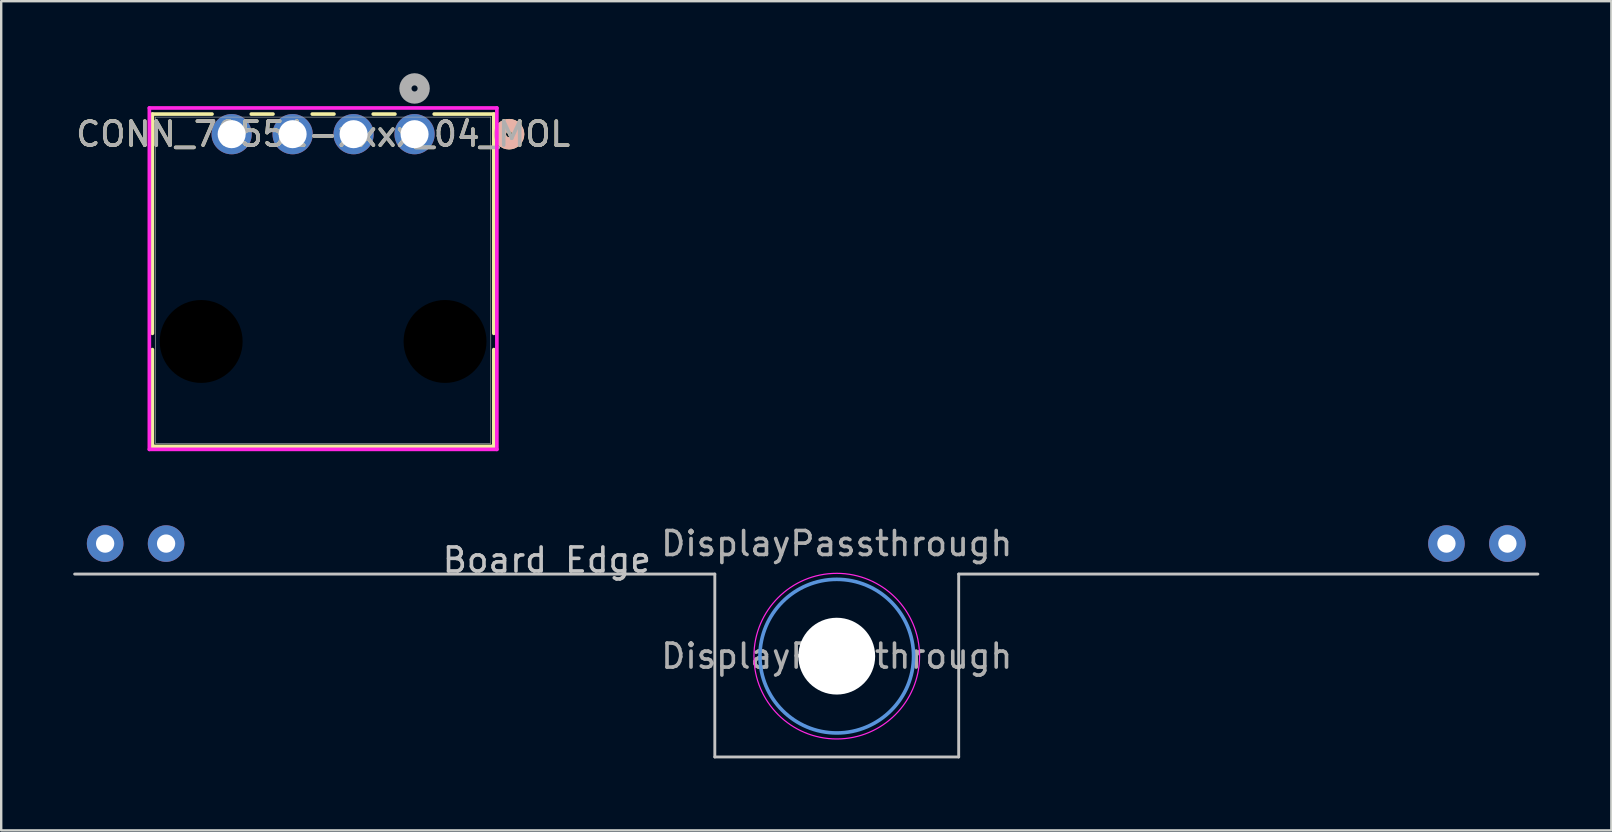
<source format=kicad_pcb>
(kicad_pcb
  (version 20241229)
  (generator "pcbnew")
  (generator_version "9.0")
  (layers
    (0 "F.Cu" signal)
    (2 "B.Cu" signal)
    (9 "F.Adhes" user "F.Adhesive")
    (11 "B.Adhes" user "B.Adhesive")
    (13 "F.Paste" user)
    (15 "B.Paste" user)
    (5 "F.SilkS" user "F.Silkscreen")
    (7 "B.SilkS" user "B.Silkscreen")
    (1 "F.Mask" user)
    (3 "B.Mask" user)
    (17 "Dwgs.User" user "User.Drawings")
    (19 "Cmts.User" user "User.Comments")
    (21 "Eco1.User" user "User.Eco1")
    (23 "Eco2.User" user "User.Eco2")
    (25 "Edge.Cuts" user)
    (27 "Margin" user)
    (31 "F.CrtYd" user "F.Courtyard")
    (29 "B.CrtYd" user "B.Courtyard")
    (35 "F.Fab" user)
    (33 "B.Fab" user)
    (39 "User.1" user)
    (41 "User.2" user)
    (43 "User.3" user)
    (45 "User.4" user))
  (footprint "CONN_70551-xxxx_04_MOL"
    (layer "F.Cu")
    (at 14.221 2.54)
    (property "Reference" "CONN_70551-xxxx_04_MOL" (at -3.81 0 0) (unlocked yes) (layer "F.SilkS") (effects (font (size 1 1) (thickness 0.15))))
    (attr through_hole)
    (fp_line (start -10.922 -0.838) (end -10.922 8.298) (stroke (width 0.152) (type solid)) (layer "F.SilkS"))
    (fp_line (start -10.922 8.974) (end -10.922 13.005) (stroke (width 0.152) (type solid)) (layer "F.SilkS"))
    (fp_line (start -10.922 13.005) (end 3.302 13.005) (stroke (width 0.152) (type solid)) (layer "F.SilkS"))
    (fp_line (start -8.438 -0.838) (end -10.922 -0.838) (stroke (width 0.152) (type solid)) (layer "F.SilkS"))
    (fp_line (start -5.898 -0.838) (end -6.802 -0.838) (stroke (width 0.152) (type solid)) (layer "F.SilkS"))
    (fp_line (start -3.358 -0.838) (end -4.262 -0.838) (stroke (width 0.152) (type solid)) (layer "F.SilkS"))
    (fp_line (start -0.818 -0.838) (end -1.722 -0.838) (stroke (width 0.152) (type solid)) (layer "F.SilkS"))
    (fp_line (start 3.302 -0.838) (end 0.818 -0.838) (stroke (width 0.152) (type solid)) (layer "F.SilkS"))
    (fp_line (start 3.302 8.298) (end 3.302 -0.838) (stroke (width 0.152) (type solid)) (layer "F.SilkS"))
    (fp_line (start 3.302 13.005) (end 3.302 8.974) (stroke (width 0.152) (type solid)) (layer "F.SilkS"))
    (fp_circle (center 3.937 0) (end 4.318 0) (stroke (width 0.508) (type solid)) (fill no) (layer "F.SilkS"))
    (fp_circle (center 3.937 0) (end 4.318 0) (stroke (width 0.508) (type solid)) (fill no) (layer "B.SilkS"))
    (fp_line (start -11.049 -1.092) (end -11.049 13.132) (stroke (width 0.152) (type solid)) (layer "F.CrtYd"))
    (fp_line (start -11.049 13.132) (end 3.429 13.132) (stroke (width 0.152) (type solid)) (layer "F.CrtYd"))
    (fp_line (start 3.429 -1.092) (end -11.049 -1.092) (stroke (width 0.152) (type solid)) (layer "F.CrtYd"))
    (fp_line (start 3.429 13.132) (end 3.429 -1.092) (stroke (width 0.152) (type solid)) (layer "F.CrtYd"))
    (fp_line (start -10.795 -0.711) (end -10.795 12.878) (stroke (width 0.025) (type solid)) (layer "F.Fab"))
    (fp_line (start -10.795 12.878) (end 3.175 12.878) (stroke (width 0.025) (type solid)) (layer "F.Fab"))
    (fp_line (start 3.175 -0.711) (end -10.795 -0.711) (stroke (width 0.025) (type solid)) (layer "F.Fab"))
    (fp_line (start 3.175 12.878) (end 3.175 -0.711) (stroke (width 0.025) (type solid)) (layer "F.Fab"))
    (fp_circle (center 0 -1.905) (end 0.381 -1.905) (stroke (width 0.508) (type solid)) (fill no) (layer "F.Fab"))
    (fp_text user "${REFERENCE}" (at -3.81 0 0) (unlocked yes) (layer "F.Fab") (effects (font (size 1 1) (thickness 0.15))))
    (pad "" np_thru_hole circle (at -8.89 8.636) (size 3.454 3.454) (drill 3.454) (layers))
    (pad "" np_thru_hole circle (at 1.27 8.636) (size 3.454 3.454) (drill 3.454) (layers))
    (pad "1" thru_hole circle (at 0 0) (size 1.676 1.676) (drill 1.168) (layers "*.Cu" "*.Mask"))
    (pad "2" thru_hole circle (at -2.54 0) (size 1.676 1.676) (drill 1.168) (layers "*.Cu" "*.Mask"))
    (pad "3" thru_hole circle (at -5.08 0) (size 1.676 1.676) (drill 1.168) (layers "*.Cu" "*.Mask"))
    (pad "4" thru_hole circle (at -7.62 0) (size 1.676 1.676) (drill 1.168) (layers "*.Cu" "*.Mask")))
  (footprint "DisplayPassthrough"
    (layer "F.Cu")
    (at 31.81 19.596)
    (property "Reference" "DisplayPassthrough" (at 0 0 0) (unlocked yes) (layer "F.SilkS") (effects (font (size 1 1) (thickness 0.1))))
    (attr through_hole)
    (fp_line (start -31.75 1.27) (end -5.08 1.27) (stroke (width 0.12) (type default)) (layer "Dwgs.User"))
    (fp_line (start -5.08 1.27) (end -5.08 8.89) (stroke (width 0.12) (type default)) (layer "Dwgs.User"))
    (fp_line (start -5.08 8.89) (end 5.08 8.89) (stroke (width 0.12) (type default)) (layer "Dwgs.User"))
    (fp_line (start 5.08 8.89) (end 5.08 1.27) (stroke (width 0.12) (type default)) (layer "Dwgs.User"))
    (fp_line (start 29.21 1.27) (end 5.08 1.27) (stroke (width 0.12) (type default)) (layer "Dwgs.User"))
    (fp_circle (center 0 4.69) (end 3.2 4.69) (stroke (width 0.15) (type solid)) (fill no) (layer "Cmts.User"))
    (fp_circle (center 0 4.69) (end 3.45 4.69) (stroke (width 0.05) (type solid)) (fill no) (layer "F.CrtYd"))
    (fp_text user "Board Edge" (at -16.51 1.27 0) (unlocked yes) (layer "Dwgs.User") (effects (font (size 1 1) (thickness 0.15)) (justify left bottom)))
    (fp_text user "${REFERENCE}" (at 0 0 0) (unlocked yes) (layer "F.Fab") (effects (font (size 1 1) (thickness 0.15))))
    (fp_text user "${REFERENCE}" (at 0 4.69 0) (layer "F.Fab") (effects (font (size 1 1) (thickness 0.15))))
    (pad "" np_thru_hole circle (at 0 4.69) (size 3.2 3.2) (drill 3.2) (layers "*.Cu" "*.Mask"))
    (pad "1" thru_hole circle (at -30.48 0) (size 1.524 1.524) (drill 0.762) (layers "*.Cu" "*.Mask"))
    (pad "2" thru_hole circle (at -27.94 0) (size 1.524 1.524) (drill 0.762) (layers "*.Cu" "*.Mask"))
    (pad "3" thru_hole circle (at 25.4 0) (size 1.524 1.524) (drill 0.762) (layers "*.Cu" "*.Mask"))
    (pad "4" thru_hole circle (at 27.94 0) (size 1.524 1.524) (drill 0.762) (layers "*.Cu" "*.Mask")))
  (gr_rect
    (start -3 -3)
    (end 64.08 31.546)
    (stroke (width 0.1) (type default))
    (fill no)
    (layer "Edge.Cuts")))
</source>
